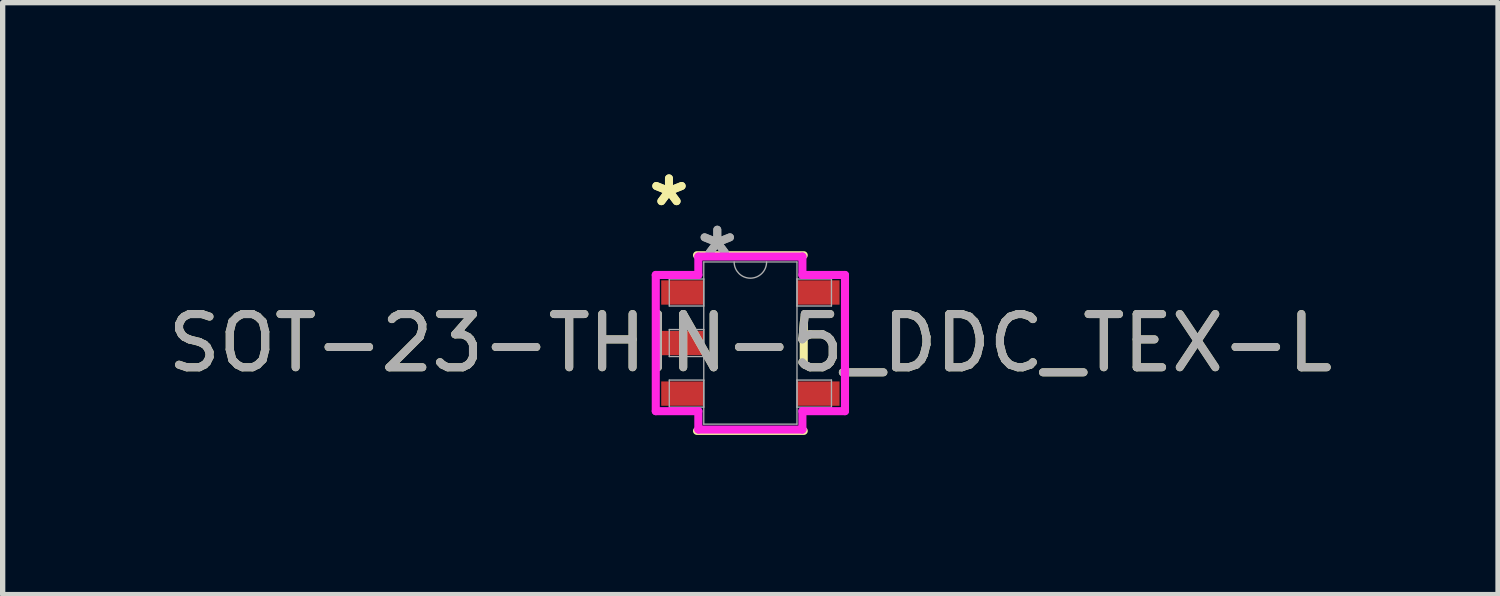
<source format=kicad_pcb>
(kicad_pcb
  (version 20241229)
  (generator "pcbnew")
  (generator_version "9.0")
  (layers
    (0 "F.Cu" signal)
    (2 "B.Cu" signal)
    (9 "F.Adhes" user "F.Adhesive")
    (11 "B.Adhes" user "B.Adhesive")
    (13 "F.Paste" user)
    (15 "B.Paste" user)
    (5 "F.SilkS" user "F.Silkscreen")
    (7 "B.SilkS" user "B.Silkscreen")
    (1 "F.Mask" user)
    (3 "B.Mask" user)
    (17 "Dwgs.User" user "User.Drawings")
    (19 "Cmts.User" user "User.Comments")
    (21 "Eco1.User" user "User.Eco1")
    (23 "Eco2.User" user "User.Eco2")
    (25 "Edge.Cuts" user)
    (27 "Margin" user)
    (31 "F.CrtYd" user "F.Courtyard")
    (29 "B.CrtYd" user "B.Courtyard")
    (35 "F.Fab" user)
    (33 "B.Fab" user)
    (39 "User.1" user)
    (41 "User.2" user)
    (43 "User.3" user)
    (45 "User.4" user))
  (footprint "SOT-23-THIN-5_DDC_TEX-L"
    (layer "F.Cu")
    (at 11.054 3.398)
    (property "Reference" "SOT-23-THIN-5_DDC_TEX-L" (at 0 0 0) (unlocked yes) (layer "F.SilkS") (effects (font (size 1 1) (thickness 0.15))))
    (attr smd)
    (fp_line (start -1.003 1.651) (end 1.003 1.651) (stroke (width 0.152) (type solid)) (layer "F.SilkS"))
    (fp_line (start 1.003 -1.651) (end -1.003 -1.651) (stroke (width 0.152) (type solid)) (layer "F.SilkS"))
    (fp_line (start 1.003 0.389) (end 1.003 -0.389) (stroke (width 0.152) (type solid)) (layer "F.SilkS"))
    (fp_line (start -1.778 -1.28) (end -0.978 -1.28) (stroke (width 0.152) (type solid)) (layer "F.CrtYd"))
    (fp_line (start -1.778 1.28) (end -1.778 -1.28) (stroke (width 0.152) (type solid)) (layer "F.CrtYd"))
    (fp_line (start -0.978 -1.626) (end 0.978 -1.626) (stroke (width 0.152) (type solid)) (layer "F.CrtYd"))
    (fp_line (start -0.978 -1.28) (end -0.978 -1.626) (stroke (width 0.152) (type solid)) (layer "F.CrtYd"))
    (fp_line (start -0.978 1.28) (end -1.778 1.28) (stroke (width 0.152) (type solid)) (layer "F.CrtYd"))
    (fp_line (start -0.978 1.626) (end -0.978 1.28) (stroke (width 0.152) (type solid)) (layer "F.CrtYd"))
    (fp_line (start 0.978 -1.626) (end 0.978 -1.28) (stroke (width 0.152) (type solid)) (layer "F.CrtYd"))
    (fp_line (start 0.978 -1.28) (end 1.778 -1.28) (stroke (width 0.152) (type solid)) (layer "F.CrtYd"))
    (fp_line (start 0.978 1.28) (end 0.978 1.626) (stroke (width 0.152) (type solid)) (layer "F.CrtYd"))
    (fp_line (start 0.978 1.626) (end -0.978 1.626) (stroke (width 0.152) (type solid)) (layer "F.CrtYd"))
    (fp_line (start 1.778 -1.28) (end 1.778 1.28) (stroke (width 0.152) (type solid)) (layer "F.CrtYd"))
    (fp_line (start 1.778 1.28) (end 0.978 1.28) (stroke (width 0.152) (type solid)) (layer "F.CrtYd"))
    (fp_line (start -1.524 -1.204) (end -1.524 -0.696) (stroke (width 0.025) (type solid)) (layer "F.Fab"))
    (fp_line (start -1.524 -0.696) (end -0.876 -0.696) (stroke (width 0.025) (type solid)) (layer "F.Fab"))
    (fp_line (start -1.524 -0.254) (end -1.524 0.254) (stroke (width 0.025) (type solid)) (layer "F.Fab"))
    (fp_line (start -1.524 0.254) (end -0.876 0.254) (stroke (width 0.025) (type solid)) (layer "F.Fab"))
    (fp_line (start -1.524 0.696) (end -1.524 1.204) (stroke (width 0.025) (type solid)) (layer "F.Fab"))
    (fp_line (start -1.524 1.204) (end -0.876 1.204) (stroke (width 0.025) (type solid)) (layer "F.Fab"))
    (fp_line (start -0.876 -1.524) (end -0.876 1.524) (stroke (width 0.025) (type solid)) (layer "F.Fab"))
    (fp_line (start -0.876 -1.204) (end -1.524 -1.204) (stroke (width 0.025) (type solid)) (layer "F.Fab"))
    (fp_line (start -0.876 -0.696) (end -0.876 -1.204) (stroke (width 0.025) (type solid)) (layer "F.Fab"))
    (fp_line (start -0.876 -0.254) (end -1.524 -0.254) (stroke (width 0.025) (type solid)) (layer "F.Fab"))
    (fp_line (start -0.876 0.254) (end -0.876 -0.254) (stroke (width 0.025) (type solid)) (layer "F.Fab"))
    (fp_line (start -0.876 0.696) (end -1.524 0.696) (stroke (width 0.025) (type solid)) (layer "F.Fab"))
    (fp_line (start -0.876 1.204) (end -0.876 0.696) (stroke (width 0.025) (type solid)) (layer "F.Fab"))
    (fp_line (start -0.876 1.524) (end 0.876 1.524) (stroke (width 0.025) (type solid)) (layer "F.Fab"))
    (fp_line (start 0.876 -1.524) (end -0.876 -1.524) (stroke (width 0.025) (type solid)) (layer "F.Fab"))
    (fp_line (start 0.876 -1.204) (end 0.876 -0.696) (stroke (width 0.025) (type solid)) (layer "F.Fab"))
    (fp_line (start 0.876 -0.696) (end 1.524 -0.696) (stroke (width 0.025) (type solid)) (layer "F.Fab"))
    (fp_line (start 0.876 0.696) (end 0.876 1.204) (stroke (width 0.025) (type solid)) (layer "F.Fab"))
    (fp_line (start 0.876 1.204) (end 1.524 1.204) (stroke (width 0.025) (type solid)) (layer "F.Fab"))
    (fp_line (start 0.876 1.524) (end 0.876 -1.524) (stroke (width 0.025) (type solid)) (layer "F.Fab"))
    (fp_line (start 1.524 -1.204) (end 0.876 -1.204) (stroke (width 0.025) (type solid)) (layer "F.Fab"))
    (fp_line (start 1.524 -0.696) (end 1.524 -1.204) (stroke (width 0.025) (type solid)) (layer "F.Fab"))
    (fp_line (start 1.524 0.696) (end 0.876 0.696) (stroke (width 0.025) (type solid)) (layer "F.Fab"))
    (fp_line (start 1.524 1.204) (end 1.524 0.696) (stroke (width 0.025) (type solid)) (layer "F.Fab"))
    (fp_arc (start 0.3048 -1.524) (mid 0 -1.2192) (end -0.3048 -1.524) (stroke (width 0.0254) (type solid)) (layer "F.Fab"))
    (fp_text user "*" (at -1.53 -2.55 0) (unlocked yes) (layer "F.SilkS") (effects (font (size 1 1) (thickness 0.15))))
    (fp_text user "*" (at -1.53 -2.55 0) (layer "F.SilkS") (effects (font (size 1 1) (thickness 0.15))))
    (fp_text user "${REFERENCE}" (at 0 0 0) (unlocked yes) (layer "F.Fab") (effects (font (size 1 1) (thickness 0.15))))
    (fp_text user "*" (at -0.622 -1.585 0) (unlocked yes) (layer "F.Fab") (effects (font (size 1 1) (thickness 0.15))))
    (fp_text user "*" (at -0.622 -1.585 0) (layer "F.Fab") (effects (font (size 1 1) (thickness 0.15))))
    (pad "1" smd rect (at -1.276 -0.95) (size 0.8 0.457) (layers "F.Cu" "F.Mask" "F.Paste"))
    (pad "2" smd rect (at -1.276 0) (size 0.8 0.457) (layers "F.Cu" "F.Mask" "F.Paste"))
    (pad "3" smd rect (at -1.276 0.95) (size 0.8 0.457) (layers "F.Cu" "F.Mask" "F.Paste"))
    (pad "4" smd rect (at 1.276 0.95) (size 0.8 0.457) (layers "F.Cu" "F.Mask" "F.Paste"))
    (pad "5" smd rect (at 1.276 -0.95) (size 0.8 0.457) (layers "F.Cu" "F.Mask" "F.Paste")))
  (gr_rect
    (start -3 -3)
    (end 25.107 8.126)
    (stroke (width 0.1) (type default))
    (fill no)
    (layer "Edge.Cuts")))
</source>
